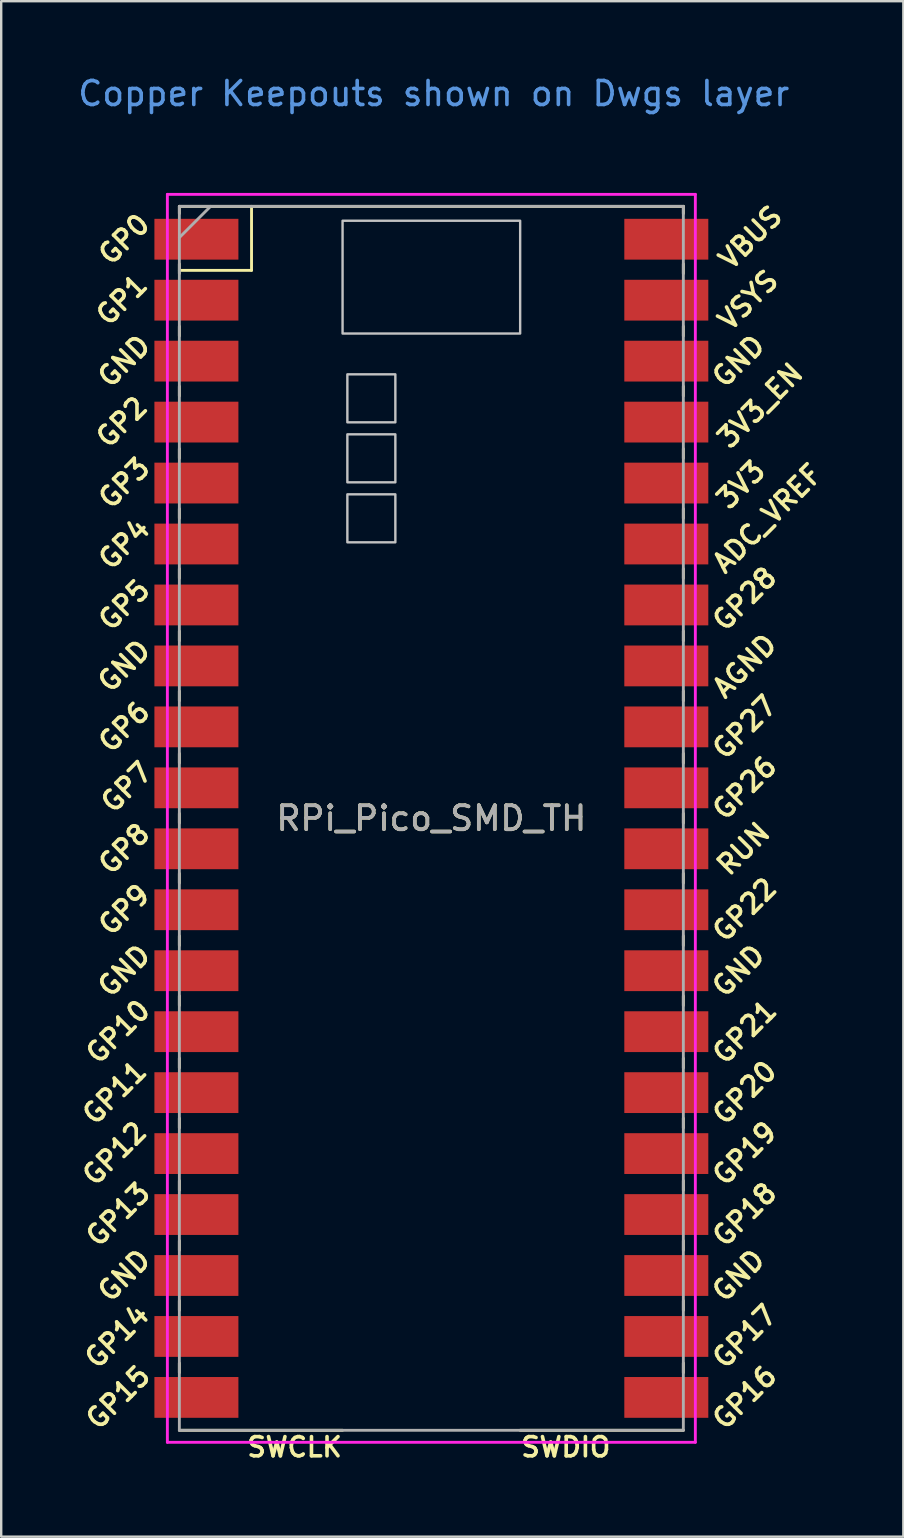
<source format=kicad_pcb>
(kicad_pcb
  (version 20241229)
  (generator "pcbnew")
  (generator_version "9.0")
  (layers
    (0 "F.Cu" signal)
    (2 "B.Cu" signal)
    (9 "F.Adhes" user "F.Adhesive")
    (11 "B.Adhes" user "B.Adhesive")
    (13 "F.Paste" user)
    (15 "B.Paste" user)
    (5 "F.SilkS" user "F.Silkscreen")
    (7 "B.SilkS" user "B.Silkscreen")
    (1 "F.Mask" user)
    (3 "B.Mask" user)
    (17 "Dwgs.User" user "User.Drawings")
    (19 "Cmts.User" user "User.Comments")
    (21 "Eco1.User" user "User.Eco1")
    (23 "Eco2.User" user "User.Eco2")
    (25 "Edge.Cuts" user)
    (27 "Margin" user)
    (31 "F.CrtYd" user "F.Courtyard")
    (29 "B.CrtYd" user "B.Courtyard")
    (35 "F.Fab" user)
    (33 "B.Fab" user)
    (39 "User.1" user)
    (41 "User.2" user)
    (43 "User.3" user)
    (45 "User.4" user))
  (footprint "RPi_Pico_SMD_TH"
    (layer "F.Cu")
    (at 14.924 31.048)
    (property "Reference" "RPi_Pico_SMD_TH" (at 0 0 0) (layer "F.SilkS") (effects (font (size 1 1) (thickness 0.15))))
    (attr through_hole)
    (fp_line (start -10.5 -25.5) (end -10.5 -25.2) (stroke (width 0.12) (type solid)) (layer "F.SilkS"))
    (fp_line (start -10.5 -25.5) (end 10.5 -25.5) (stroke (width 0.12) (type solid)) (layer "F.SilkS"))
    (fp_line (start -10.5 -23.1) (end -10.5 -22.7) (stroke (width 0.12) (type solid)) (layer "F.SilkS"))
    (fp_line (start -10.5 -22.833) (end -7.493 -22.833) (stroke (width 0.12) (type solid)) (layer "F.SilkS"))
    (fp_line (start -10.5 -20.5) (end -10.5 -20.1) (stroke (width 0.12) (type solid)) (layer "F.SilkS"))
    (fp_line (start -10.5 -18) (end -10.5 -17.6) (stroke (width 0.12) (type solid)) (layer "F.SilkS"))
    (fp_line (start -10.5 -15.4) (end -10.5 -15) (stroke (width 0.12) (type solid)) (layer "F.SilkS"))
    (fp_line (start -10.5 -12.9) (end -10.5 -12.5) (stroke (width 0.12) (type solid)) (layer "F.SilkS"))
    (fp_line (start -10.5 -10.4) (end -10.5 -10) (stroke (width 0.12) (type solid)) (layer "F.SilkS"))
    (fp_line (start -10.5 -7.8) (end -10.5 -7.4) (stroke (width 0.12) (type solid)) (layer "F.SilkS"))
    (fp_line (start -10.5 -5.3) (end -10.5 -4.9) (stroke (width 0.12) (type solid)) (layer "F.SilkS"))
    (fp_line (start -10.5 -2.7) (end -10.5 -2.3) (stroke (width 0.12) (type solid)) (layer "F.SilkS"))
    (fp_line (start -10.5 -0.2) (end -10.5 0.2) (stroke (width 0.12) (type solid)) (layer "F.SilkS"))
    (fp_line (start -10.5 2.3) (end -10.5 2.7) (stroke (width 0.12) (type solid)) (layer "F.SilkS"))
    (fp_line (start -10.5 4.9) (end -10.5 5.3) (stroke (width 0.12) (type solid)) (layer "F.SilkS"))
    (fp_line (start -10.5 7.4) (end -10.5 7.8) (stroke (width 0.12) (type solid)) (layer "F.SilkS"))
    (fp_line (start -10.5 10) (end -10.5 10.4) (stroke (width 0.12) (type solid)) (layer "F.SilkS"))
    (fp_line (start -10.5 12.5) (end -10.5 12.9) (stroke (width 0.12) (type solid)) (layer "F.SilkS"))
    (fp_line (start -10.5 15.1) (end -10.5 15.5) (stroke (width 0.12) (type solid)) (layer "F.SilkS"))
    (fp_line (start -10.5 17.6) (end -10.5 18) (stroke (width 0.12) (type solid)) (layer "F.SilkS"))
    (fp_line (start -10.5 20.1) (end -10.5 20.5) (stroke (width 0.12) (type solid)) (layer "F.SilkS"))
    (fp_line (start -10.5 22.7) (end -10.5 23.1) (stroke (width 0.12) (type solid)) (layer "F.SilkS"))
    (fp_line (start -7.493 -22.833) (end -7.493 -25.5) (stroke (width 0.12) (type solid)) (layer "F.SilkS"))
    (fp_line (start -3.7 25.5) (end -10.5 25.5) (stroke (width 0.12) (type solid)) (layer "F.SilkS"))
    (fp_line (start 10.5 -25.5) (end 10.5 -25.2) (stroke (width 0.12) (type solid)) (layer "F.SilkS"))
    (fp_line (start 10.5 -23.1) (end 10.5 -22.7) (stroke (width 0.12) (type solid)) (layer "F.SilkS"))
    (fp_line (start 10.5 -20.5) (end 10.5 -20.1) (stroke (width 0.12) (type solid)) (layer "F.SilkS"))
    (fp_line (start 10.5 -18) (end 10.5 -17.6) (stroke (width 0.12) (type solid)) (layer "F.SilkS"))
    (fp_line (start 10.5 -15.4) (end 10.5 -15) (stroke (width 0.12) (type solid)) (layer "F.SilkS"))
    (fp_line (start 10.5 -12.9) (end 10.5 -12.5) (stroke (width 0.12) (type solid)) (layer "F.SilkS"))
    (fp_line (start 10.5 -10.4) (end 10.5 -10) (stroke (width 0.12) (type solid)) (layer "F.SilkS"))
    (fp_line (start 10.5 -7.8) (end 10.5 -7.4) (stroke (width 0.12) (type solid)) (layer "F.SilkS"))
    (fp_line (start 10.5 -5.3) (end 10.5 -4.9) (stroke (width 0.12) (type solid)) (layer "F.SilkS"))
    (fp_line (start 10.5 -2.7) (end 10.5 -2.3) (stroke (width 0.12) (type solid)) (layer "F.SilkS"))
    (fp_line (start 10.5 -0.2) (end 10.5 0.2) (stroke (width 0.12) (type solid)) (layer "F.SilkS"))
    (fp_line (start 10.5 2.3) (end 10.5 2.7) (stroke (width 0.12) (type solid)) (layer "F.SilkS"))
    (fp_line (start 10.5 4.9) (end 10.5 5.3) (stroke (width 0.12) (type solid)) (layer "F.SilkS"))
    (fp_line (start 10.5 7.4) (end 10.5 7.8) (stroke (width 0.12) (type solid)) (layer "F.SilkS"))
    (fp_line (start 10.5 10) (end 10.5 10.4) (stroke (width 0.12) (type solid)) (layer "F.SilkS"))
    (fp_line (start 10.5 12.5) (end 10.5 12.9) (stroke (width 0.12) (type solid)) (layer "F.SilkS"))
    (fp_line (start 10.5 15.1) (end 10.5 15.5) (stroke (width 0.12) (type solid)) (layer "F.SilkS"))
    (fp_line (start 10.5 17.6) (end 10.5 18) (stroke (width 0.12) (type solid)) (layer "F.SilkS"))
    (fp_line (start 10.5 20.1) (end 10.5 20.5) (stroke (width 0.12) (type solid)) (layer "F.SilkS"))
    (fp_line (start 10.5 22.7) (end 10.5 23.1) (stroke (width 0.12) (type solid)) (layer "F.SilkS"))
    (fp_line (start 10.5 25.5) (end 3.7 25.5) (stroke (width 0.12) (type solid)) (layer "F.SilkS"))
    (fp_poly (pts (xy -1.5 -16.5) (xy -3.5 -16.5) (xy -3.5 -18.5) (xy -1.5 -18.5)) (stroke (width 0.1) (type solid)) (fill no) (layer "Dwgs.User"))
    (fp_poly (pts (xy -1.5 -14) (xy -3.5 -14) (xy -3.5 -16) (xy -1.5 -16)) (stroke (width 0.1) (type solid)) (fill no) (layer "Dwgs.User"))
    (fp_poly (pts (xy -1.5 -11.5) (xy -3.5 -11.5) (xy -3.5 -13.5) (xy -1.5 -13.5)) (stroke (width 0.1) (type solid)) (fill no) (layer "Dwgs.User"))
    (fp_poly (pts (xy 3.7 -20.2) (xy -3.7 -20.2) (xy -3.7 -24.9) (xy 3.7 -24.9)) (stroke (width 0.1) (type solid)) (fill no) (layer "Dwgs.User"))
    (fp_line (start -11 -26) (end 11 -26) (stroke (width 0.12) (type solid)) (layer "F.CrtYd"))
    (fp_line (start -11 26) (end -11 -26) (stroke (width 0.12) (type solid)) (layer "F.CrtYd"))
    (fp_line (start 11 -26) (end 11 26) (stroke (width 0.12) (type solid)) (layer "F.CrtYd"))
    (fp_line (start 11 26) (end -11 26) (stroke (width 0.12) (type solid)) (layer "F.CrtYd"))
    (fp_line (start -10.5 -25.5) (end 10.5 -25.5) (stroke (width 0.12) (type solid)) (layer "F.Fab"))
    (fp_line (start -10.5 -24.2) (end -9.2 -25.5) (stroke (width 0.12) (type solid)) (layer "F.Fab"))
    (fp_line (start -10.5 25.5) (end -10.5 -25.5) (stroke (width 0.12) (type solid)) (layer "F.Fab"))
    (fp_line (start 10.5 -25.5) (end 10.5 25.5) (stroke (width 0.12) (type solid)) (layer "F.Fab"))
    (fp_line (start 10.5 25.5) (end -10.5 25.5) (stroke (width 0.12) (type solid)) (layer "F.Fab"))
    (fp_text user "GP1" (at -12.9 -21.6 45) (layer "F.SilkS") (effects (font (size 0.8 0.8) (thickness 0.15))))
    (fp_text user "GND" (at 12.8 -19.05 45) (layer "F.SilkS") (effects (font (size 0.8 0.8) (thickness 0.15))))
    (fp_text user "GP27" (at 13.054 -3.8 45) (layer "F.SilkS") (effects (font (size 0.8 0.8) (thickness 0.15))))
    (fp_text user "GP5" (at -12.8 -8.89 45) (layer "F.SilkS") (effects (font (size 0.8 0.8) (thickness 0.15))))
    (fp_text user "GP26" (at 13.054 -1.27 45) (layer "F.SilkS") (effects (font (size 0.8 0.8) (thickness 0.15))))
    (fp_text user "GP13" (at -13.054 16.51 45) (layer "F.SilkS") (effects (font (size 0.8 0.8) (thickness 0.15))))
    (fp_text user "GP17" (at 13.054 21.59 45) (layer "F.SilkS") (effects (font (size 0.8 0.8) (thickness 0.15))))
    (fp_text user "GND" (at 12.8 19.05 45) (layer "F.SilkS") (effects (font (size 0.8 0.8) (thickness 0.15))))
    (fp_text user "GP7" (at -12.7 -1.3 45) (layer "F.SilkS") (effects (font (size 0.8 0.8) (thickness 0.15))))
    (fp_text user "GP19" (at 13.054 13.97 45) (layer "F.SilkS") (effects (font (size 0.8 0.8) (thickness 0.15))))
    (fp_text user "GP16" (at 13.054 24.13 45) (layer "F.SilkS") (effects (font (size 0.8 0.8) (thickness 0.15))))
    (fp_text user "AGND" (at 13.054 -6.35 45) (layer "F.SilkS") (effects (font (size 0.8 0.8) (thickness 0.15))))
    (fp_text user "ADC_VREF" (at 14 -12.5 45) (layer "F.SilkS") (effects (font (size 0.8 0.8) (thickness 0.15))))
    (fp_text user "VBUS" (at 13.3 -24.2 45) (layer "F.SilkS") (effects (font (size 0.8 0.8) (thickness 0.15))))
    (fp_text user "VSYS" (at 13.2 -21.59 45) (layer "F.SilkS") (effects (font (size 0.8 0.8) (thickness 0.15))))
    (fp_text user "GP11" (at -13.2 11.43 45) (layer "F.SilkS") (effects (font (size 0.8 0.8) (thickness 0.15))))
    (fp_text user "GP22" (at 13.054 3.81 45) (layer "F.SilkS") (effects (font (size 0.8 0.8) (thickness 0.15))))
    (fp_text user "GND" (at 12.8 6.35 45) (layer "F.SilkS") (effects (font (size 0.8 0.8) (thickness 0.15))))
    (fp_text user "GP10" (at -13.054 8.89 45) (layer "F.SilkS") (effects (font (size 0.8 0.8) (thickness 0.15))))
    (fp_text user "3V3" (at 12.9 -13.9 45) (layer "F.SilkS") (effects (font (size 0.8 0.8) (thickness 0.15))))
    (fp_text user "GND" (at -12.8 -19.05 45) (layer "F.SilkS") (effects (font (size 0.8 0.8) (thickness 0.15))))
    (fp_text user "GP8" (at -12.8 1.27 45) (layer "F.SilkS") (effects (font (size 0.8 0.8) (thickness 0.15))))
    (fp_text user "SWCLK" (at -5.7 26.2 0) (layer "F.SilkS") (effects (font (size 0.8 0.8) (thickness 0.15))))
    (fp_text user "GP12" (at -13.2 13.97 45) (layer "F.SilkS") (effects (font (size 0.8 0.8) (thickness 0.15))))
    (fp_text user "GP21" (at 13.054 8.9 45) (layer "F.SilkS") (effects (font (size 0.8 0.8) (thickness 0.15))))
    (fp_text user "GND" (at -12.8 -6.35 45) (layer "F.SilkS") (effects (font (size 0.8 0.8) (thickness 0.15))))
    (fp_text user "RUN" (at 13 1.27 45) (layer "F.SilkS") (effects (font (size 0.8 0.8) (thickness 0.15))))
    (fp_text user "GP2" (at -12.9 -16.51 45) (layer "F.SilkS") (effects (font (size 0.8 0.8) (thickness 0.15))))
    (fp_text user "GP3" (at -12.8 -13.97 45) (layer "F.SilkS") (effects (font (size 0.8 0.8) (thickness 0.15))))
    (fp_text user "GND" (at -12.8 6.35 45) (layer "F.SilkS") (effects (font (size 0.8 0.8) (thickness 0.15))))
    (fp_text user "3V3_EN" (at 13.7 -17.2 45) (layer "F.SilkS") (effects (font (size 0.8 0.8) (thickness 0.15))))
    (fp_text user "GP4" (at -12.8 -11.43 45) (layer "F.SilkS") (effects (font (size 0.8 0.8) (thickness 0.15))))
    (fp_text user "GP0" (at -12.8 -24.13 45) (layer "F.SilkS") (effects (font (size 0.8 0.8) (thickness 0.15))))
    (fp_text user "GP20" (at 13.054 11.43 45) (layer "F.SilkS") (effects (font (size 0.8 0.8) (thickness 0.15))))
    (fp_text user "GP28" (at 13.054 -9.144 45) (layer "F.SilkS") (effects (font (size 0.8 0.8) (thickness 0.15))))
    (fp_text user "GP9" (at -12.8 3.81 45) (layer "F.SilkS") (effects (font (size 0.8 0.8) (thickness 0.15))))
    (fp_text user "GP6" (at -12.8 -3.81 45) (layer "F.SilkS") (effects (font (size 0.8 0.8) (thickness 0.15))))
    (fp_text user "GP14" (at -13.1 21.59 45) (layer "F.SilkS") (effects (font (size 0.8 0.8) (thickness 0.15))))
    (fp_text user "GND" (at -12.8 19.05 45) (layer "F.SilkS") (effects (font (size 0.8 0.8) (thickness 0.15))))
    (fp_text user "GP15" (at -13.054 24.13 45) (layer "F.SilkS") (effects (font (size 0.8 0.8) (thickness 0.15))))
    (fp_text user "SWDIO" (at 5.6 26.2 0) (layer "F.SilkS") (effects (font (size 0.8 0.8) (thickness 0.15))))
    (fp_text user "GP18" (at 13.054 16.51 45) (layer "F.SilkS") (effects (font (size 0.8 0.8) (thickness 0.15))))
    (fp_text user "Copper Keepouts shown on Dwgs layer" (at 0.1 -30.2 0) (layer "Cmts.User") (effects (font (size 1 1) (thickness 0.15))))
    (fp_text user "${REFERENCE}" (at 0 0 180) (layer "F.Fab") (effects (font (size 1 1) (thickness 0.15))))
    (pad "1" smd rect (at -8.89 -24.13) (size 3.5 1.7) (drill (offset -0.9 0)) (layers "F.Cu" "F.Mask"))
    (pad "2" smd rect (at -8.89 -21.59) (size 3.5 1.7) (drill (offset -0.9 0)) (layers "F.Cu" "F.Mask"))
    (pad "3" smd rect (at -8.89 -19.05) (size 3.5 1.7) (drill (offset -0.9 0)) (layers "F.Cu" "F.Mask"))
    (pad "4" smd rect (at -8.89 -16.51) (size 3.5 1.7) (drill (offset -0.9 0)) (layers "F.Cu" "F.Mask"))
    (pad "5" smd rect (at -8.89 -13.97) (size 3.5 1.7) (drill (offset -0.9 0)) (layers "F.Cu" "F.Mask"))
    (pad "6" smd rect (at -8.89 -11.43) (size 3.5 1.7) (drill (offset -0.9 0)) (layers "F.Cu" "F.Mask"))
    (pad "7" smd rect (at -8.89 -8.89) (size 3.5 1.7) (drill (offset -0.9 0)) (layers "F.Cu" "F.Mask"))
    (pad "8" smd rect (at -8.89 -6.35) (size 3.5 1.7) (drill (offset -0.9 0)) (layers "F.Cu" "F.Mask"))
    (pad "9" smd rect (at -8.89 -3.81) (size 3.5 1.7) (drill (offset -0.9 0)) (layers "F.Cu" "F.Mask"))
    (pad "10" smd rect (at -8.89 -1.27) (size 3.5 1.7) (drill (offset -0.9 0)) (layers "F.Cu" "F.Mask"))
    (pad "11" smd rect (at -8.89 1.27) (size 3.5 1.7) (drill (offset -0.9 0)) (layers "F.Cu" "F.Mask"))
    (pad "12" smd rect (at -8.89 3.81) (size 3.5 1.7) (drill (offset -0.9 0)) (layers "F.Cu" "F.Mask"))
    (pad "13" smd rect (at -8.89 6.35) (size 3.5 1.7) (drill (offset -0.9 0)) (layers "F.Cu" "F.Mask"))
    (pad "14" smd rect (at -8.89 8.89) (size 3.5 1.7) (drill (offset -0.9 0)) (layers "F.Cu" "F.Mask"))
    (pad "15" smd rect (at -8.89 11.43) (size 3.5 1.7) (drill (offset -0.9 0)) (layers "F.Cu" "F.Mask"))
    (pad "16" smd rect (at -8.89 13.97) (size 3.5 1.7) (drill (offset -0.9 0)) (layers "F.Cu" "F.Mask"))
    (pad "17" smd rect (at -8.89 16.51) (size 3.5 1.7) (drill (offset -0.9 0)) (layers "F.Cu" "F.Mask"))
    (pad "18" smd rect (at -8.89 19.05) (size 3.5 1.7) (drill (offset -0.9 0)) (layers "F.Cu" "F.Mask"))
    (pad "19" smd rect (at -8.89 21.59) (size 3.5 1.7) (drill (offset -0.9 0)) (layers "F.Cu" "F.Mask"))
    (pad "20" smd rect (at -8.89 24.13) (size 3.5 1.7) (drill (offset -0.9 0)) (layers "F.Cu" "F.Mask"))
    (pad "21" smd rect (at 8.89 24.13) (size 3.5 1.7) (drill (offset 0.9 0)) (layers "F.Cu" "F.Mask"))
    (pad "22" smd rect (at 8.89 21.59) (size 3.5 1.7) (drill (offset 0.9 0)) (layers "F.Cu" "F.Mask"))
    (pad "23" smd rect (at 8.89 19.05) (size 3.5 1.7) (drill (offset 0.9 0)) (layers "F.Cu" "F.Mask"))
    (pad "24" smd rect (at 8.89 16.51) (size 3.5 1.7) (drill (offset 0.9 0)) (layers "F.Cu" "F.Mask"))
    (pad "25" smd rect (at 8.89 13.97) (size 3.5 1.7) (drill (offset 0.9 0)) (layers "F.Cu" "F.Mask"))
    (pad "26" smd rect (at 8.89 11.43) (size 3.5 1.7) (drill (offset 0.9 0)) (layers "F.Cu" "F.Mask"))
    (pad "27" smd rect (at 8.89 8.89) (size 3.5 1.7) (drill (offset 0.9 0)) (layers "F.Cu" "F.Mask"))
    (pad "28" smd rect (at 8.89 6.35) (size 3.5 1.7) (drill (offset 0.9 0)) (layers "F.Cu" "F.Mask"))
    (pad "29" smd rect (at 8.89 3.81) (size 3.5 1.7) (drill (offset 0.9 0)) (layers "F.Cu" "F.Mask"))
    (pad "30" smd rect (at 8.89 1.27) (size 3.5 1.7) (drill (offset 0.9 0)) (layers "F.Cu" "F.Mask"))
    (pad "31" smd rect (at 8.89 -1.27) (size 3.5 1.7) (drill (offset 0.9 0)) (layers "F.Cu" "F.Mask"))
    (pad "32" smd rect (at 8.89 -3.81) (size 3.5 1.7) (drill (offset 0.9 0)) (layers "F.Cu" "F.Mask"))
    (pad "33" smd rect (at 8.89 -6.35) (size 3.5 1.7) (drill (offset 0.9 0)) (layers "F.Cu" "F.Mask"))
    (pad "34" smd rect (at 8.89 -8.89) (size 3.5 1.7) (drill (offset 0.9 0)) (layers "F.Cu" "F.Mask"))
    (pad "35" smd rect (at 8.89 -11.43) (size 3.5 1.7) (drill (offset 0.9 0)) (layers "F.Cu" "F.Mask"))
    (pad "36" smd rect (at 8.89 -13.97) (size 3.5 1.7) (drill (offset 0.9 0)) (layers "F.Cu" "F.Mask"))
    (pad "37" smd rect (at 8.89 -16.51) (size 3.5 1.7) (drill (offset 0.9 0)) (layers "F.Cu" "F.Mask"))
    (pad "38" smd rect (at 8.89 -19.05) (size 3.5 1.7) (drill (offset 0.9 0)) (layers "F.Cu" "F.Mask"))
    (pad "39" smd rect (at 8.89 -21.59) (size 3.5 1.7) (drill (offset 0.9 0)) (layers "F.Cu" "F.Mask"))
    (pad "40" smd rect (at 8.89 -24.13) (size 3.5 1.7) (drill (offset 0.9 0)) (layers "F.Cu" "F.Mask")))
  (gr_rect
    (start -3 -3)
    (end 34.591 60.98)
    (stroke (width 0.1) (type default))
    (fill no)
    (layer "Edge.Cuts")))
</source>
